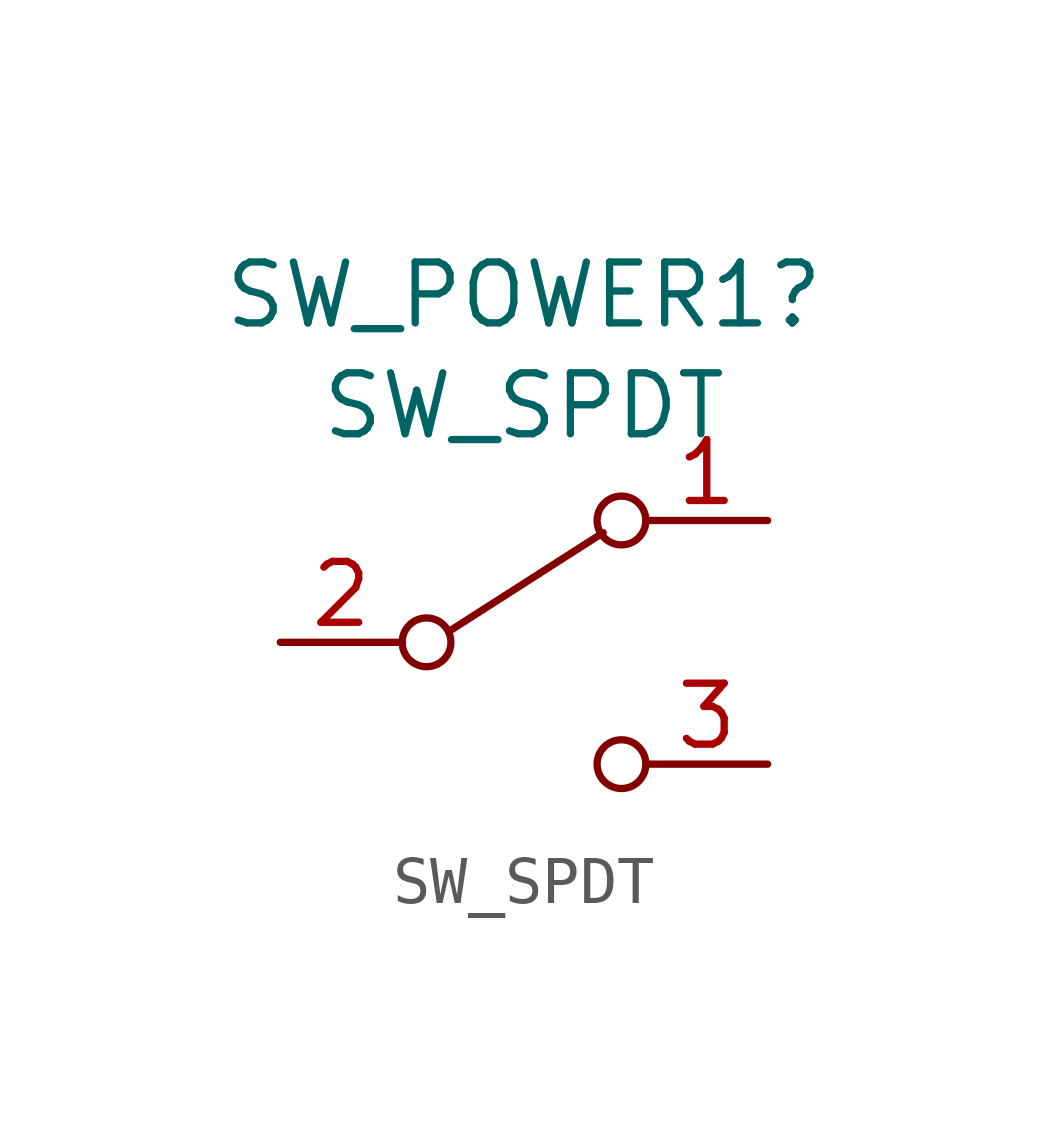
<source format=kicad_sym>
(kicad_symbol_lib
  (version 20220914)
  (generator kicad_symbol_editor)
  (symbol "SW_SPDT"
    (pin_names
      (offset 0) hide)
    (property "Reference" "SW_POWER1"
      (at 0 7.239 0)
      (effects (font (size 1.27 1.27))))
    (property "Value" "SW_SPDT"
      (at 0 4.928 0)
      (effects (font (size 1.27 1.27))))
    (symbol "SW_SPDT_0_0"
      (circle (center -2.032 0) (radius 0.508) (stroke (width 0) (type default)) (fill (type none)))
      (circle (center 2.032 -2.54) (radius 0.508) (stroke (width 0) (type default)) (fill (type none))))
    (symbol "SW_SPDT_0_1"
      (polyline (pts (xy -1.524 0.254) (xy 1.651 2.286)) (stroke (width 0) (type default)) (fill (type none)))
      (circle (center 2.032 2.54) (radius 0.508) (stroke (width 0) (type default)) (fill (type none))))
    (symbol "SW_SPDT_1_1"
      (pin passive line (at 5.08 2.54 180) (length 2.54) (name "A" (effects (font (size 1.27 1.27)))) (number "1" (effects (font (size 1.27 1.27)))))
      (pin passive line (at -5.08 0 0) (length 2.54) (name "B" (effects (font (size 1.27 1.27)))) (number "2" (effects (font (size 1.27 1.27)))))
      (pin passive line (at 5.08 -2.54 180) (length 2.54) (name "C" (effects (font (size 1.27 1.27)))) (number "3" (effects (font (size 1.27 1.27))))))))
</source>
